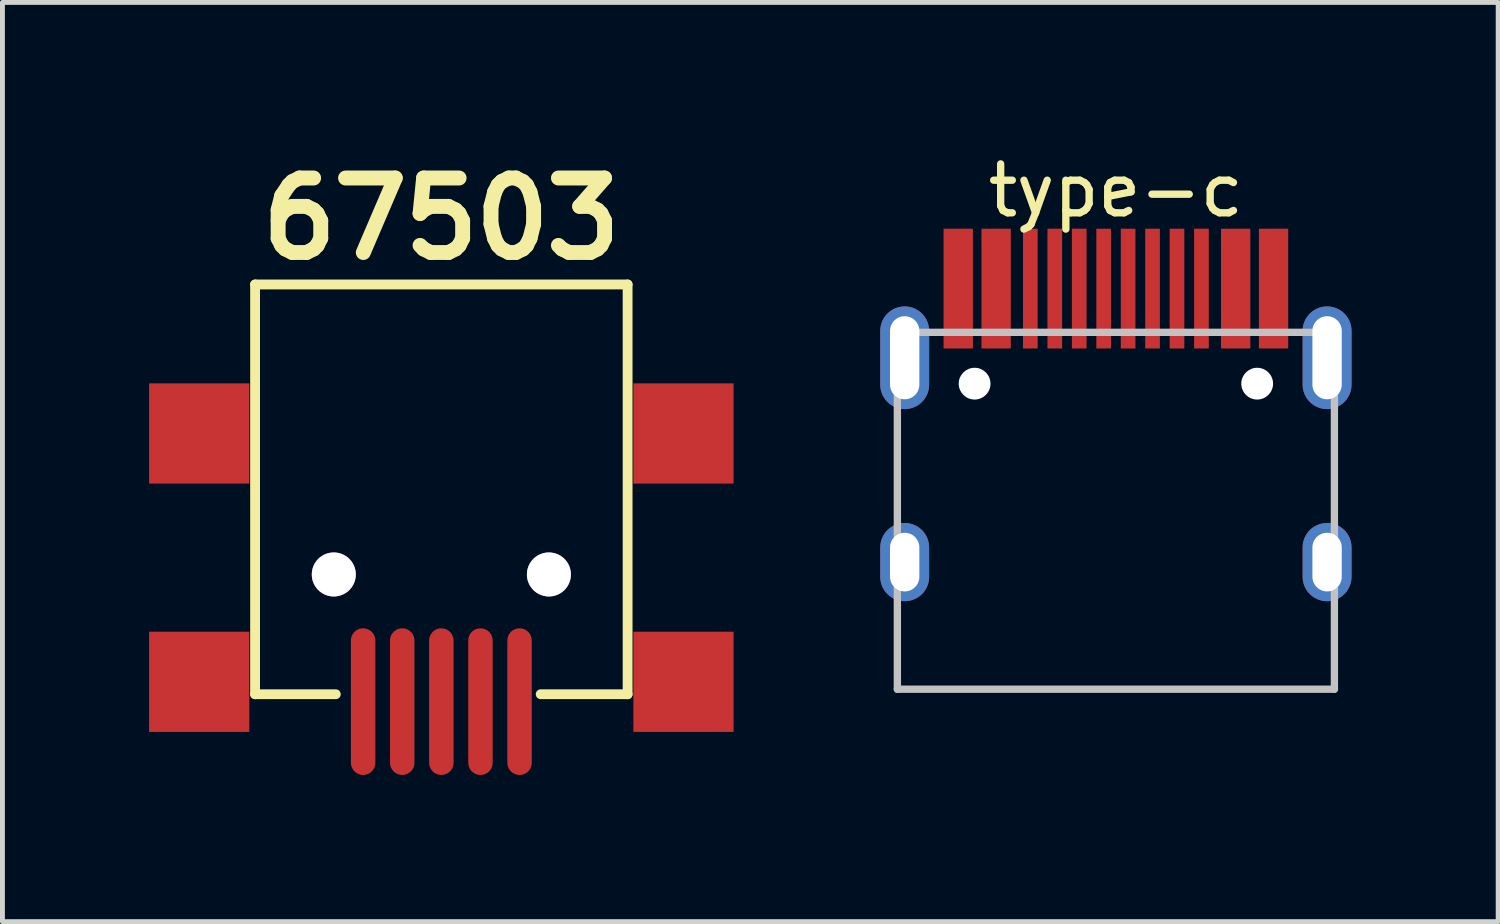
<source format=kicad_pcb>
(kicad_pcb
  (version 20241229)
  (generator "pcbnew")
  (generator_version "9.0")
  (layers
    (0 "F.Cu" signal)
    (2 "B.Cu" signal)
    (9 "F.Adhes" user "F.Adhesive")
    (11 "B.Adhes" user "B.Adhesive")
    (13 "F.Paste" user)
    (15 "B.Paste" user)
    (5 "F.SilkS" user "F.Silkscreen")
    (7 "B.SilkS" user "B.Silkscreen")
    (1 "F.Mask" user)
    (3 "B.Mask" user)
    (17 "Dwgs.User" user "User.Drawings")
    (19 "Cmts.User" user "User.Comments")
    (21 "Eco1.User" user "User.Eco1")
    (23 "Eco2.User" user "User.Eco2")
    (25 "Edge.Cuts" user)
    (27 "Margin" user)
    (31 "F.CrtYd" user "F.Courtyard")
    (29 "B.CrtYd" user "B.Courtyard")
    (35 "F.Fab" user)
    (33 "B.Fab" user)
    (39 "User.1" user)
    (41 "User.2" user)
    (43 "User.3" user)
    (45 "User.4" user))
  (footprint "67503"
    (layer "F.Cu")
    (at 5.978 4.801)
    (property "Reference" "67503" (at 0 -3.375 0) (layer "F.SilkS") (effects (font (size 1.524 1.524) (thickness 0.305))))
    (attr smd)
    (fp_line (start -3.81 -2.032) (end 3.81 -2.032) (stroke (width 0.201) (type solid)) (layer "F.SilkS"))
    (fp_line (start -3.81 6.35) (end -3.81 -2.032) (stroke (width 0.201) (type solid)) (layer "F.SilkS"))
    (fp_line (start -2.159 6.35) (end -3.81 6.35) (stroke (width 0.201) (type solid)) (layer "F.SilkS"))
    (fp_line (start 3.81 -2.032) (end 3.81 6.35) (stroke (width 0.201) (type solid)) (layer "F.SilkS"))
    (fp_line (start 3.81 6.35) (end 2.032 6.35) (stroke (width 0.201) (type solid)) (layer "F.SilkS"))
    (pad "" smd rect (at -4.953 1.016) (size 2.05 2.05) (layers "F.Cu" "F.Mask" "F.Paste"))
    (pad "" smd rect (at -4.953 6.096) (size 2.05 2.05) (layers "F.Cu" "F.Mask" "F.Paste"))
    (pad "" thru_hole circle (at -2.2 3.9) (size 0.9 0.9) (drill 0.9) (layers "*.Cu" "*.Mask"))
    (pad "" thru_hole circle (at 2.2 3.9) (size 0.9 0.9) (drill 0.9) (layers "*.Cu" "*.Mask"))
    (pad "" smd rect (at 4.953 1.016) (size 2.05 2.05) (layers "F.Cu" "F.Mask" "F.Paste"))
    (pad "" smd rect (at 4.953 6.096) (size 2.05 2.05) (layers "F.Cu" "F.Mask" "F.Paste"))
    (pad "1" smd oval (at 1.6 6.501) (size 0.5 3) (layers "F.Cu" "F.Mask" "F.Paste"))
    (pad "2" smd oval (at 0.8 6.501) (size 0.5 3) (layers "F.Cu" "F.Mask" "F.Paste"))
    (pad "3" smd oval (at 0 6.501) (size 0.5 3) (layers "F.Cu" "F.Mask" "F.Paste"))
    (pad "4" smd oval (at -0.8 6.501) (size 0.5 3) (layers "F.Cu" "F.Mask" "F.Paste"))
    (pad "5" smd oval (at -1.6 6.501) (size 0.5 3) (layers "F.Cu" "F.Mask" "F.Paste")))
  (footprint "type-c"
    (layer "F.Cu")
    (at 19.776 11.048)
    (property "Reference" "type-c" (at 0 -10.2 0) (layer "F.SilkS") (effects (font (size 1 1) (thickness 0.15))))
    (attr through_hole)
    (fp_line (start -4.47 -7.3) (end 4.47 -7.3) (stroke (width 0.15) (type solid)) (layer "Dwgs.User"))
    (fp_line (start -4.47 0) (end -4.47 -7.3) (stroke (width 0.15) (type solid)) (layer "Dwgs.User"))
    (fp_line (start -4.47 0) (end 4.47 0) (stroke (width 0.15) (type solid)) (layer "Dwgs.User"))
    (fp_line (start 4.47 0) (end 4.47 -7.3) (stroke (width 0.15) (type solid)) (layer "Dwgs.User"))
    (pad "" np_thru_hole circle (at -2.89 -6.25) (size 0.65 0.65) (drill 0.65) (layers "*.Cu" "*.Mask"))
    (pad "" np_thru_hole circle (at 2.89 -6.25) (size 0.65 0.65) (drill 0.65) (layers "*.Cu" "*.Mask"))
    (pad "1" smd rect (at -3.225 -8.195) (size 0.6 2.45) (layers "F.Cu" "F.Mask" "F.Paste"))
    (pad "2" smd rect (at -2.45 -8.195) (size 0.6 2.45) (layers "F.Cu" "F.Mask" "F.Paste"))
    (pad "3" smd rect (at -1.75 -8.195) (size 0.3 2.45) (layers "F.Cu" "F.Mask" "F.Paste"))
    (pad "4" smd rect (at -1.25 -8.195) (size 0.3 2.45) (layers "F.Cu" "F.Mask" "F.Paste"))
    (pad "5" smd rect (at -0.75 -8.195) (size 0.3 2.45) (layers "F.Cu" "F.Mask" "F.Paste"))
    (pad "6" smd rect (at -0.25 -8.195) (size 0.3 2.45) (layers "F.Cu" "F.Mask" "F.Paste"))
    (pad "7" smd rect (at 0.25 -8.195) (size 0.3 2.45) (layers "F.Cu" "F.Mask" "F.Paste"))
    (pad "8" smd rect (at 0.75 -8.195) (size 0.3 2.45) (layers "F.Cu" "F.Mask" "F.Paste"))
    (pad "9" smd rect (at 1.25 -8.195) (size 0.3 2.45) (layers "F.Cu" "F.Mask" "F.Paste"))
    (pad "10" smd rect (at 1.75 -8.195) (size 0.3 2.45) (layers "F.Cu" "F.Mask" "F.Paste"))
    (pad "11" smd rect (at 2.45 -8.195) (size 0.6 2.45) (layers "F.Cu" "F.Mask" "F.Paste"))
    (pad "12" smd rect (at 3.225 -8.195) (size 0.6 2.45) (layers "F.Cu" "F.Mask" "F.Paste"))
    (pad "13" thru_hole oval (at -4.32 -6.78) (size 1 2.1) (drill oval 0.6 1.7) (layers "*.Cu" "B.Mask"))
    (pad "13" thru_hole oval (at -4.32 -2.6) (size 1 1.6) (drill oval 0.6 1.2) (layers "*.Cu" "B.Mask"))
    (pad "13" thru_hole oval (at 4.32 -6.78) (size 1 2.1) (drill oval 0.6 1.7) (layers "*.Cu" "B.Mask"))
    (pad "13" thru_hole oval (at 4.32 -2.6) (size 1 1.6) (drill oval 0.6 1.2) (layers "*.Cu" "B.Mask")))
  (gr_rect
    (start -3 -3)
    (end 27.596 15.802)
    (stroke (width 0.1) (type default))
    (fill no)
    (layer "Edge.Cuts")))
</source>
